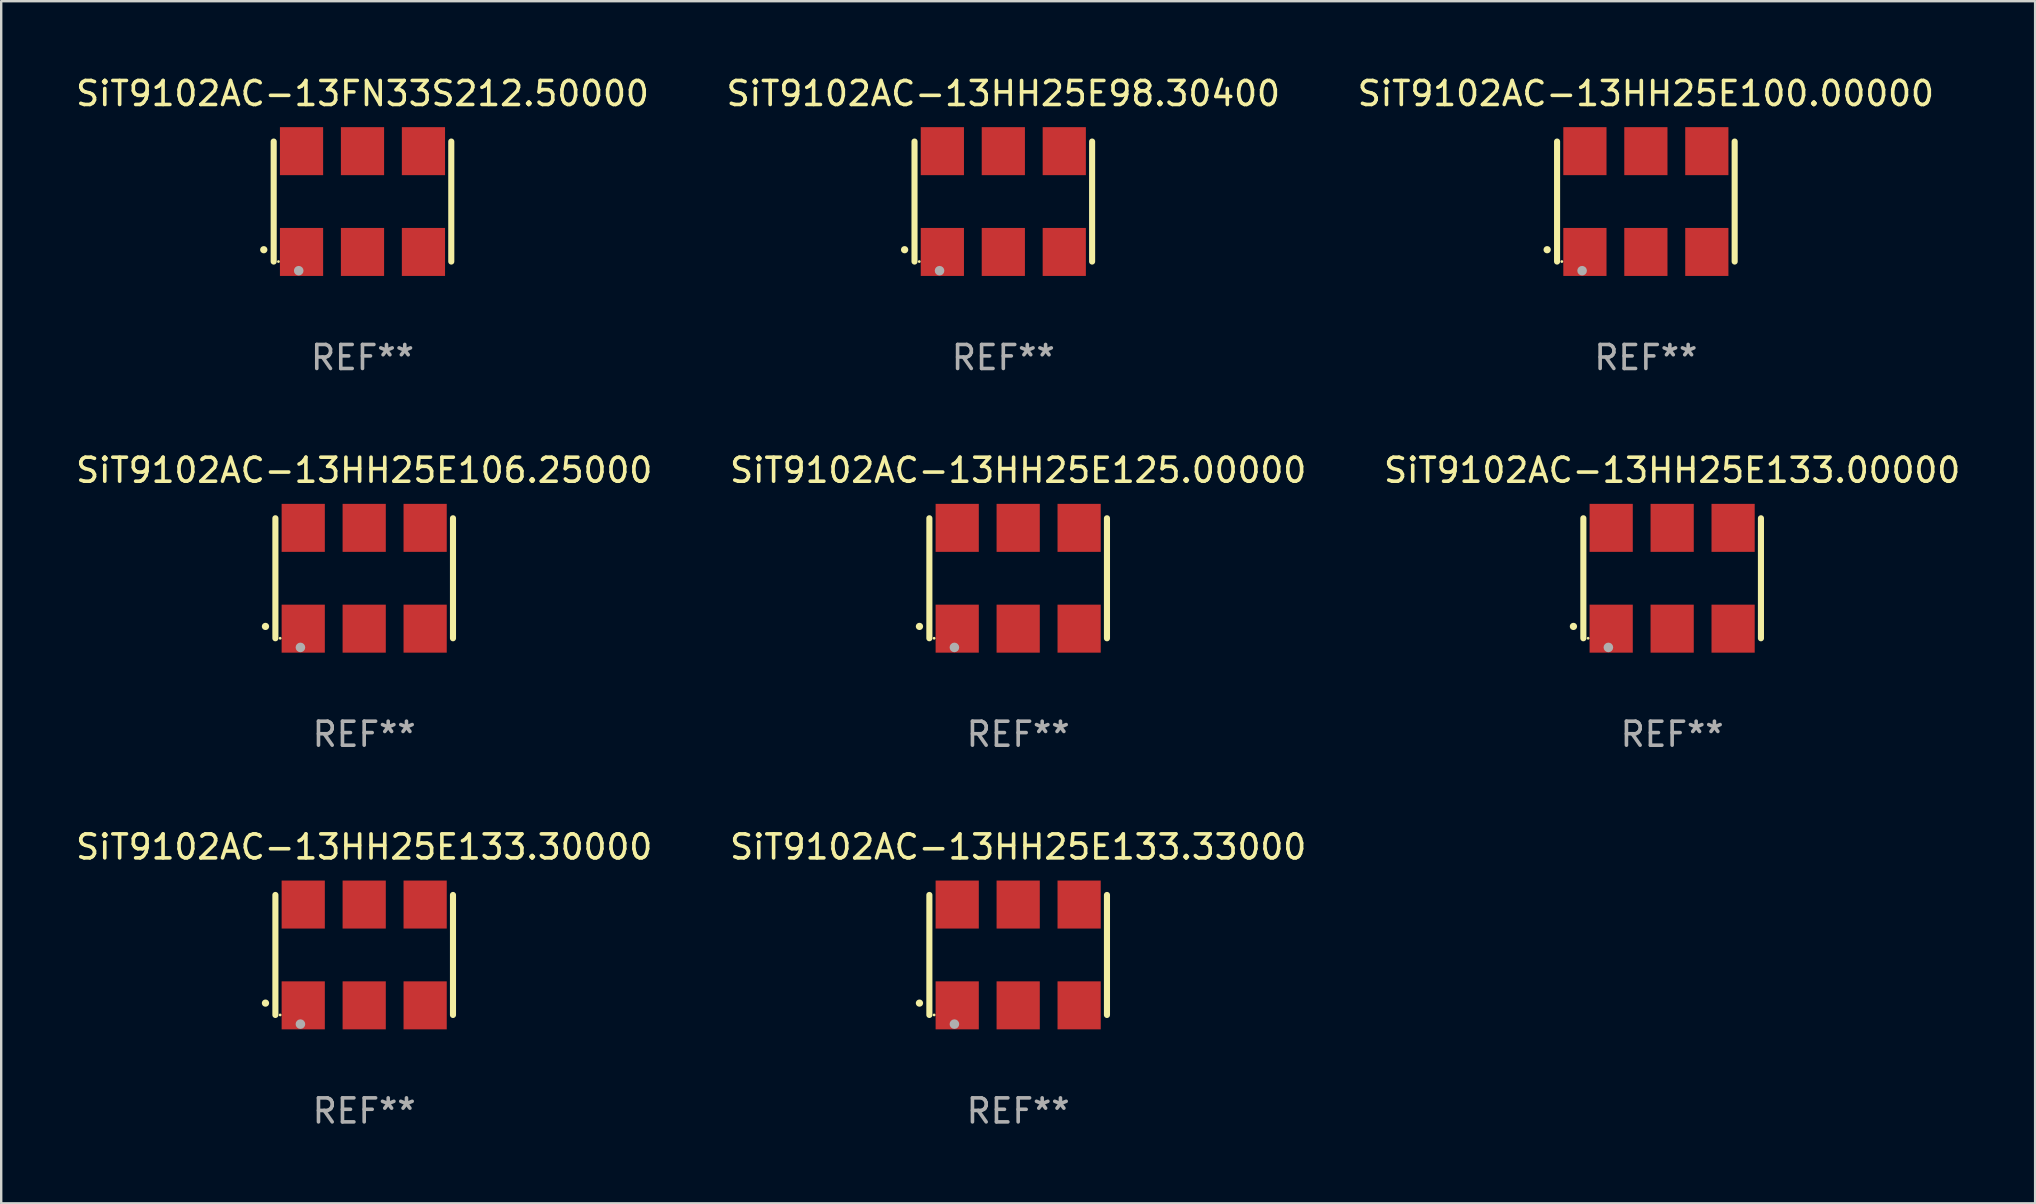
<source format=kicad_pcb>
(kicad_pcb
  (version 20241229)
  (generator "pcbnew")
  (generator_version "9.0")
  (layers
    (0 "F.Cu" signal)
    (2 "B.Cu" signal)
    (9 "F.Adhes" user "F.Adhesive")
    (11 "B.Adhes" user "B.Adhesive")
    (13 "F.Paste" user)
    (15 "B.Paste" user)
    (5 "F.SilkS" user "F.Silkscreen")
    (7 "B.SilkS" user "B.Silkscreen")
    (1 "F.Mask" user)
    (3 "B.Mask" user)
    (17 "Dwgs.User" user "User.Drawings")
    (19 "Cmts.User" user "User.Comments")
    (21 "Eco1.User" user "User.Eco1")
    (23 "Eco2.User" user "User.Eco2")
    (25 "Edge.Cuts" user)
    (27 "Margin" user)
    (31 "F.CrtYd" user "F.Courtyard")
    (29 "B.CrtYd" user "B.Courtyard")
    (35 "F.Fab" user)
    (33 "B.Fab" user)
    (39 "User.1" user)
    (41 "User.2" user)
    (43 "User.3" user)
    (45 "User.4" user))
  (footprint "SiT9102AC-13HH25E133.00000"
    (layer "F.Cu")
    (at 66.625 21.045)
    (property "Reference" "SiT9102AC-13HH25E133.00000" (at 0 -4.5 0) (layer "F.SilkS") (effects (font (size 1 1) (thickness 0.15))))
    (attr through_hole)
    (fp_line (start -3.7 -2.5) (end -3.7 2.5) (stroke (width 0.254) (type solid)) (layer "F.SilkS"))
    (fp_line (start 3.7 -2.5) (end 3.7 2.5) (stroke (width 0.254) (type solid)) (layer "F.SilkS"))
    (fp_arc (start -4.114415 2.006604) (mid -4.113145 2.006599) (end -4.111875 2.006604) (stroke (width 0.3) (type solid)) (layer "F.SilkS"))
    (fp_circle (center -3.502 2.5) (end -3.472 2.5) (stroke (width 0.06) (type solid)) (fill no) (layer "F.SilkS"))
    (fp_circle (center -2.657 2.882) (end -2.557 2.882) (stroke (width 0.2) (type solid)) (fill no) (layer "F.Fab"))
    (fp_text user "REF**" (at 0 6.5 0) (layer "F.Fab") (effects (font (size 1 1) (thickness 0.15))))
    (pad "1" smd rect (at -2.54 2.1) (size 1.8 2) (layers "F.Cu" "F.Mask" "F.Paste"))
    (pad "2" smd rect (at 0.000394 2.1) (size 1.8 2) (layers "F.Cu" "F.Mask" "F.Paste"))
    (pad "3" smd rect (at 2.54 2.1) (size 1.8 2) (layers "F.Cu" "F.Mask" "F.Paste"))
    (pad "4" smd rect (at 2.54 -2.1) (size 1.8 2) (layers "F.Cu" "F.Mask" "F.Paste"))
    (pad "5" smd rect (at 0.000394 -2.1) (size 1.8 2) (layers "F.Cu" "F.Mask" "F.Paste"))
    (pad "6" smd rect (at -2.54 -2.1) (size 1.8 2) (layers "F.Cu" "F.Mask" "F.Paste")))
  (footprint "SiT9102AC-13HH25E133.30000"
    (layer "F.Cu")
    (at 12.125 36.741)
    (property "Reference" "SiT9102AC-13HH25E133.30000" (at 0 -4.5 0) (layer "F.SilkS") (effects (font (size 1 1) (thickness 0.15))))
    (attr through_hole)
    (fp_line (start -3.7 -2.5) (end -3.7 2.5) (stroke (width 0.254) (type solid)) (layer "F.SilkS"))
    (fp_line (start 3.7 -2.5) (end 3.7 2.5) (stroke (width 0.254) (type solid)) (layer "F.SilkS"))
    (fp_arc (start -4.114415 2.006604) (mid -4.113145 2.006599) (end -4.111875 2.006604) (stroke (width 0.3) (type solid)) (layer "F.SilkS"))
    (fp_circle (center -3.502 2.5) (end -3.472 2.5) (stroke (width 0.06) (type solid)) (fill no) (layer "F.SilkS"))
    (fp_circle (center -2.657 2.882) (end -2.557 2.882) (stroke (width 0.2) (type solid)) (fill no) (layer "F.Fab"))
    (fp_text user "REF**" (at 0 6.5 0) (layer "F.Fab") (effects (font (size 1 1) (thickness 0.15))))
    (pad "1" smd rect (at -2.54 2.1) (size 1.8 2) (layers "F.Cu" "F.Mask" "F.Paste"))
    (pad "2" smd rect (at 0.000394 2.1) (size 1.8 2) (layers "F.Cu" "F.Mask" "F.Paste"))
    (pad "3" smd rect (at 2.54 2.1) (size 1.8 2) (layers "F.Cu" "F.Mask" "F.Paste"))
    (pad "4" smd rect (at 2.54 -2.1) (size 1.8 2) (layers "F.Cu" "F.Mask" "F.Paste"))
    (pad "5" smd rect (at 0.000394 -2.1) (size 1.8 2) (layers "F.Cu" "F.Mask" "F.Paste"))
    (pad "6" smd rect (at -2.54 -2.1) (size 1.8 2) (layers "F.Cu" "F.Mask" "F.Paste")))
  (footprint "SiT9102AC-13HH25E100.00000"
    (layer "F.Cu")
    (at 65.53 5.348)
    (property "Reference" "SiT9102AC-13HH25E100.00000" (at 0 -4.5 0) (layer "F.SilkS") (effects (font (size 1 1) (thickness 0.15))))
    (attr through_hole)
    (fp_line (start -3.7 -2.5) (end -3.7 2.5) (stroke (width 0.254) (type solid)) (layer "F.SilkS"))
    (fp_line (start 3.7 -2.5) (end 3.7 2.5) (stroke (width 0.254) (type solid)) (layer "F.SilkS"))
    (fp_arc (start -4.114415 2.006604) (mid -4.113145 2.006599) (end -4.111875 2.006604) (stroke (width 0.3) (type solid)) (layer "F.SilkS"))
    (fp_circle (center -3.502 2.5) (end -3.472 2.5) (stroke (width 0.06) (type solid)) (fill no) (layer "F.SilkS"))
    (fp_circle (center -2.657 2.882) (end -2.557 2.882) (stroke (width 0.2) (type solid)) (fill no) (layer "F.Fab"))
    (fp_text user "REF**" (at 0 6.5 0) (layer "F.Fab") (effects (font (size 1 1) (thickness 0.15))))
    (pad "1" smd rect (at -2.54 2.1) (size 1.8 2) (layers "F.Cu" "F.Mask" "F.Paste"))
    (pad "2" smd rect (at 0.000394 2.1) (size 1.8 2) (layers "F.Cu" "F.Mask" "F.Paste"))
    (pad "3" smd rect (at 2.54 2.1) (size 1.8 2) (layers "F.Cu" "F.Mask" "F.Paste"))
    (pad "4" smd rect (at 2.54 -2.1) (size 1.8 2) (layers "F.Cu" "F.Mask" "F.Paste"))
    (pad "5" smd rect (at 0.000394 -2.1) (size 1.8 2) (layers "F.Cu" "F.Mask" "F.Paste"))
    (pad "6" smd rect (at -2.54 -2.1) (size 1.8 2) (layers "F.Cu" "F.Mask" "F.Paste")))
  (footprint "SiT9102AC-13HH25E125.00000"
    (layer "F.Cu")
    (at 39.375 21.045)
    (property "Reference" "SiT9102AC-13HH25E125.00000" (at 0 -4.5 0) (layer "F.SilkS") (effects (font (size 1 1) (thickness 0.15))))
    (attr through_hole)
    (fp_line (start -3.7 -2.5) (end -3.7 2.5) (stroke (width 0.254) (type solid)) (layer "F.SilkS"))
    (fp_line (start 3.7 -2.5) (end 3.7 2.5) (stroke (width 0.254) (type solid)) (layer "F.SilkS"))
    (fp_arc (start -4.114415 2.006604) (mid -4.113145 2.006599) (end -4.111875 2.006604) (stroke (width 0.3) (type solid)) (layer "F.SilkS"))
    (fp_circle (center -3.502 2.5) (end -3.472 2.5) (stroke (width 0.06) (type solid)) (fill no) (layer "F.SilkS"))
    (fp_circle (center -2.657 2.882) (end -2.557 2.882) (stroke (width 0.2) (type solid)) (fill no) (layer "F.Fab"))
    (fp_text user "REF**" (at 0 6.5 0) (layer "F.Fab") (effects (font (size 1 1) (thickness 0.15))))
    (pad "1" smd rect (at -2.54 2.1) (size 1.8 2) (layers "F.Cu" "F.Mask" "F.Paste"))
    (pad "2" smd rect (at 0.000394 2.1) (size 1.8 2) (layers "F.Cu" "F.Mask" "F.Paste"))
    (pad "3" smd rect (at 2.54 2.1) (size 1.8 2) (layers "F.Cu" "F.Mask" "F.Paste"))
    (pad "4" smd rect (at 2.54 -2.1) (size 1.8 2) (layers "F.Cu" "F.Mask" "F.Paste"))
    (pad "5" smd rect (at 0.000394 -2.1) (size 1.8 2) (layers "F.Cu" "F.Mask" "F.Paste"))
    (pad "6" smd rect (at -2.54 -2.1) (size 1.8 2) (layers "F.Cu" "F.Mask" "F.Paste")))
  (footprint "SiT9102AC-13HH25E133.33000"
    (layer "F.Cu")
    (at 39.375 36.741)
    (property "Reference" "SiT9102AC-13HH25E133.33000" (at 0 -4.5 0) (layer "F.SilkS") (effects (font (size 1 1) (thickness 0.15))))
    (attr through_hole)
    (fp_line (start -3.7 -2.5) (end -3.7 2.5) (stroke (width 0.254) (type solid)) (layer "F.SilkS"))
    (fp_line (start 3.7 -2.5) (end 3.7 2.5) (stroke (width 0.254) (type solid)) (layer "F.SilkS"))
    (fp_arc (start -4.114415 2.006604) (mid -4.113145 2.006599) (end -4.111875 2.006604) (stroke (width 0.3) (type solid)) (layer "F.SilkS"))
    (fp_circle (center -3.502 2.5) (end -3.472 2.5) (stroke (width 0.06) (type solid)) (fill no) (layer "F.SilkS"))
    (fp_circle (center -2.657 2.882) (end -2.557 2.882) (stroke (width 0.2) (type solid)) (fill no) (layer "F.Fab"))
    (fp_text user "REF**" (at 0 6.5 0) (layer "F.Fab") (effects (font (size 1 1) (thickness 0.15))))
    (pad "1" smd rect (at -2.54 2.1) (size 1.8 2) (layers "F.Cu" "F.Mask" "F.Paste"))
    (pad "2" smd rect (at 0.000394 2.1) (size 1.8 2) (layers "F.Cu" "F.Mask" "F.Paste"))
    (pad "3" smd rect (at 2.54 2.1) (size 1.8 2) (layers "F.Cu" "F.Mask" "F.Paste"))
    (pad "4" smd rect (at 2.54 -2.1) (size 1.8 2) (layers "F.Cu" "F.Mask" "F.Paste"))
    (pad "5" smd rect (at 0.000394 -2.1) (size 1.8 2) (layers "F.Cu" "F.Mask" "F.Paste"))
    (pad "6" smd rect (at -2.54 -2.1) (size 1.8 2) (layers "F.Cu" "F.Mask" "F.Paste")))
  (footprint "SiT9102AC-13HH25E98.30400"
    (layer "F.Cu")
    (at 38.756 5.348)
    (property "Reference" "SiT9102AC-13HH25E98.30400" (at 0 -4.5 0) (layer "F.SilkS") (effects (font (size 1 1) (thickness 0.15))))
    (attr through_hole)
    (fp_line (start -3.7 -2.5) (end -3.7 2.5) (stroke (width 0.254) (type solid)) (layer "F.SilkS"))
    (fp_line (start 3.7 -2.5) (end 3.7 2.5) (stroke (width 0.254) (type solid)) (layer "F.SilkS"))
    (fp_arc (start -4.114415 2.006604) (mid -4.113145 2.006599) (end -4.111875 2.006604) (stroke (width 0.3) (type solid)) (layer "F.SilkS"))
    (fp_circle (center -3.502 2.5) (end -3.472 2.5) (stroke (width 0.06) (type solid)) (fill no) (layer "F.SilkS"))
    (fp_circle (center -2.657 2.882) (end -2.557 2.882) (stroke (width 0.2) (type solid)) (fill no) (layer "F.Fab"))
    (fp_text user "REF**" (at 0 6.5 0) (layer "F.Fab") (effects (font (size 1 1) (thickness 0.15))))
    (pad "1" smd rect (at -2.54 2.1) (size 1.8 2) (layers "F.Cu" "F.Mask" "F.Paste"))
    (pad "2" smd rect (at 0.000394 2.1) (size 1.8 2) (layers "F.Cu" "F.Mask" "F.Paste"))
    (pad "3" smd rect (at 2.54 2.1) (size 1.8 2) (layers "F.Cu" "F.Mask" "F.Paste"))
    (pad "4" smd rect (at 2.54 -2.1) (size 1.8 2) (layers "F.Cu" "F.Mask" "F.Paste"))
    (pad "5" smd rect (at 0.000394 -2.1) (size 1.8 2) (layers "F.Cu" "F.Mask" "F.Paste"))
    (pad "6" smd rect (at -2.54 -2.1) (size 1.8 2) (layers "F.Cu" "F.Mask" "F.Paste")))
  (footprint "SiT9102AC-13FN33S212.50000"
    (layer "F.Cu")
    (at 12.054 5.348)
    (property "Reference" "SiT9102AC-13FN33S212.50000" (at 0 -4.5 0) (layer "F.SilkS") (effects (font (size 1 1) (thickness 0.15))))
    (attr through_hole)
    (fp_line (start -3.7 -2.5) (end -3.7 2.5) (stroke (width 0.254) (type solid)) (layer "F.SilkS"))
    (fp_line (start 3.7 -2.5) (end 3.7 2.5) (stroke (width 0.254) (type solid)) (layer "F.SilkS"))
    (fp_arc (start -4.114415 2.006604) (mid -4.113145 2.006599) (end -4.111875 2.006604) (stroke (width 0.3) (type solid)) (layer "F.SilkS"))
    (fp_circle (center -3.502 2.5) (end -3.472 2.5) (stroke (width 0.06) (type solid)) (fill no) (layer "F.SilkS"))
    (fp_circle (center -2.657 2.882) (end -2.557 2.882) (stroke (width 0.2) (type solid)) (fill no) (layer "F.Fab"))
    (fp_text user "REF**" (at 0 6.5 0) (layer "F.Fab") (effects (font (size 1 1) (thickness 0.15))))
    (pad "1" smd rect (at -2.54 2.1) (size 1.8 2) (layers "F.Cu" "F.Mask" "F.Paste"))
    (pad "2" smd rect (at 0.000394 2.1) (size 1.8 2) (layers "F.Cu" "F.Mask" "F.Paste"))
    (pad "3" smd rect (at 2.54 2.1) (size 1.8 2) (layers "F.Cu" "F.Mask" "F.Paste"))
    (pad "4" smd rect (at 2.54 -2.1) (size 1.8 2) (layers "F.Cu" "F.Mask" "F.Paste"))
    (pad "5" smd rect (at 0.000394 -2.1) (size 1.8 2) (layers "F.Cu" "F.Mask" "F.Paste"))
    (pad "6" smd rect (at -2.54 -2.1) (size 1.8 2) (layers "F.Cu" "F.Mask" "F.Paste")))
  (footprint "SiT9102AC-13HH25E106.25000"
    (layer "F.Cu")
    (at 12.125 21.045)
    (property "Reference" "SiT9102AC-13HH25E106.25000" (at 0 -4.5 0) (layer "F.SilkS") (effects (font (size 1 1) (thickness 0.15))))
    (attr through_hole)
    (fp_line (start -3.7 -2.5) (end -3.7 2.5) (stroke (width 0.254) (type solid)) (layer "F.SilkS"))
    (fp_line (start 3.7 -2.5) (end 3.7 2.5) (stroke (width 0.254) (type solid)) (layer "F.SilkS"))
    (fp_arc (start -4.114415 2.006604) (mid -4.113145 2.006599) (end -4.111875 2.006604) (stroke (width 0.3) (type solid)) (layer "F.SilkS"))
    (fp_circle (center -3.502 2.5) (end -3.472 2.5) (stroke (width 0.06) (type solid)) (fill no) (layer "F.SilkS"))
    (fp_circle (center -2.657 2.882) (end -2.557 2.882) (stroke (width 0.2) (type solid)) (fill no) (layer "F.Fab"))
    (fp_text user "REF**" (at 0 6.5 0) (layer "F.Fab") (effects (font (size 1 1) (thickness 0.15))))
    (pad "1" smd rect (at -2.54 2.1) (size 1.8 2) (layers "F.Cu" "F.Mask" "F.Paste"))
    (pad "2" smd rect (at 0.000394 2.1) (size 1.8 2) (layers "F.Cu" "F.Mask" "F.Paste"))
    (pad "3" smd rect (at 2.54 2.1) (size 1.8 2) (layers "F.Cu" "F.Mask" "F.Paste"))
    (pad "4" smd rect (at 2.54 -2.1) (size 1.8 2) (layers "F.Cu" "F.Mask" "F.Paste"))
    (pad "5" smd rect (at 0.000394 -2.1) (size 1.8 2) (layers "F.Cu" "F.Mask" "F.Paste"))
    (pad "6" smd rect (at -2.54 -2.1) (size 1.8 2) (layers "F.Cu" "F.Mask" "F.Paste")))
  (gr_rect
    (start -3 -3)
    (end 81.75 47.09)
    (stroke (width 0.1) (type default))
    (fill no)
    (layer "Edge.Cuts")))
</source>
